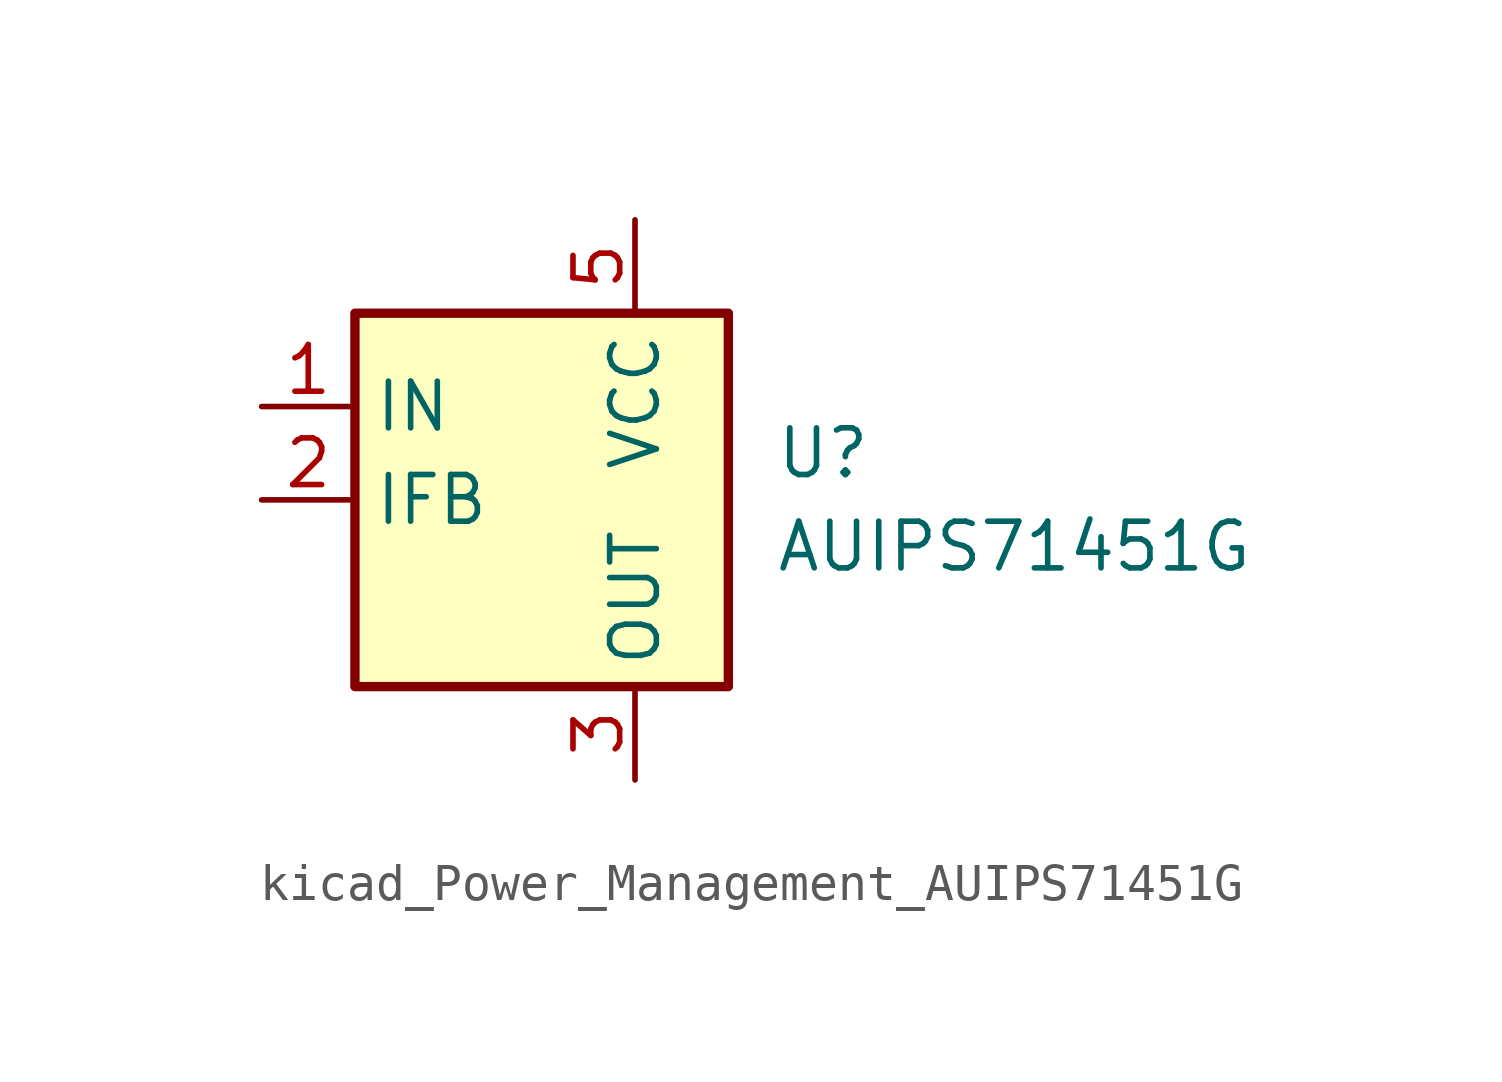
<source format=kicad_sym>
(kicad_symbol_lib
  (version 20220914)
  (generator kicad_symbol_editor)
  (symbol "kicad_Power_Management_AUIPS71451G"
    (property "Reference" "U"
      (at 3.81 1.27 0)
      (effects (font (size 1.27 1.27)) (justify left)))
    (property "Value" "AUIPS71451G"
      (at 3.81 -1.27 0)
      (effects (font (size 1.27 1.27)) (justify left)))
    (symbol "kicad_Power_Management_AUIPS71451G_0_1"
      (rectangle (start -7.62 5.08) (end 2.54 -5.08) (stroke (width 0.254) (type default)) (fill (type background))))
    (symbol "kicad_Power_Management_AUIPS71451G_1_1"
      (pin input line (at -10.16 2.54 0) (length 2.54) (name "IN" (effects (font (size 1.27 1.27)))) (number "1" (effects (font (size 1.27 1.27)))))
      (pin output line (at -10.16 0 0) (length 2.54) (name "IFB" (effects (font (size 1.27 1.27)))) (number "2" (effects (font (size 1.27 1.27)))))
      (pin power_out line (at 0 -7.62 90) (length 2.54) (name "OUT" (effects (font (size 1.27 1.27)))) (number "3" (effects (font (size 1.27 1.27)))))
      (pin passive line (at 0 -7.62 90) (length 2.54) hide (name "OUT" (effects (font (size 1.27 1.27)))) (number "4" (effects (font (size 1.27 1.27)))))
      (pin power_in line (at 0 7.62 270) (length 2.54) (name "VCC" (effects (font (size 1.27 1.27)))) (number "5" (effects (font (size 1.27 1.27)))))
      (pin passive line (at 0 7.62 270) (length 2.54) hide (name "VCC" (effects (font (size 1.27 1.27)))) (number "6" (effects (font (size 1.27 1.27)))))
      (pin passive line (at 0 7.62 270) (length 2.54) hide (name "VCC" (effects (font (size 1.27 1.27)))) (number "7" (effects (font (size 1.27 1.27)))))
      (pin passive line (at 0 7.62 270) (length 2.54) hide (name "VCC" (effects (font (size 1.27 1.27)))) (number "8" (effects (font (size 1.27 1.27))))))))
</source>
